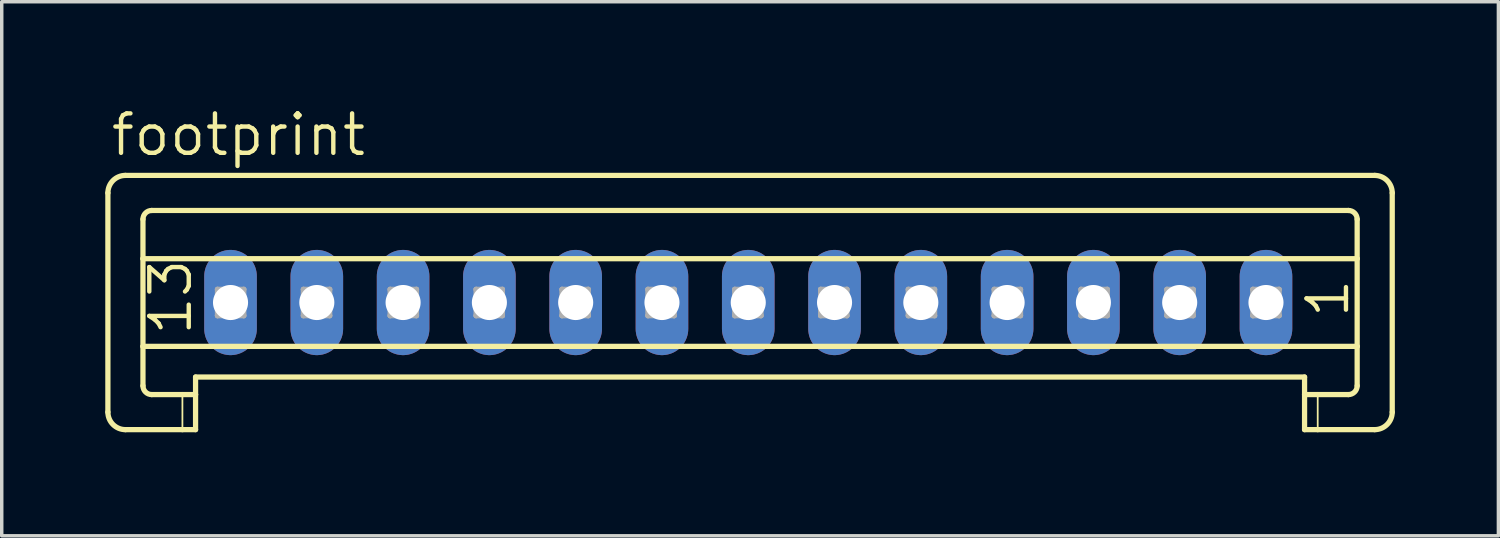
<source format=kicad_pcb>
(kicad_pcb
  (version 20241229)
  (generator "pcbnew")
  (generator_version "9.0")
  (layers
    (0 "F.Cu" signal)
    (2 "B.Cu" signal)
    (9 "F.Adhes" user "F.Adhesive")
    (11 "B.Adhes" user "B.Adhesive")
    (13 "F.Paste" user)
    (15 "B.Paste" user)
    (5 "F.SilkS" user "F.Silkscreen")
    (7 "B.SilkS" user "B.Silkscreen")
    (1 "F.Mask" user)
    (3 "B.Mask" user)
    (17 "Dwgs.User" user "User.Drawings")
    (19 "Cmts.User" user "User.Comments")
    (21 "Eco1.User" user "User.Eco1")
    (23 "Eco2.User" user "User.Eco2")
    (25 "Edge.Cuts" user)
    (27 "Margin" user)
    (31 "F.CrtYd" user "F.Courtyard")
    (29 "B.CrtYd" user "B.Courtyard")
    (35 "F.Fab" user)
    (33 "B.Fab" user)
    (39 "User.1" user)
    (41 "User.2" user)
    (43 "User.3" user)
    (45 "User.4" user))
  (footprint "footprint"
    (layer "F.Cu")
    (at 18.629 5.715)
    (property "Reference" "footprint" (at -18.528 -4.191 0) (layer "F.SilkS") (effects (font (size 1.143 1.143) (thickness 0.127)) (justify left bottom)))
    (fp_line (start -18.553 -3.175) (end -18.553 3.175) (stroke (width 0.152) (type solid)) (layer "F.SilkS"))
    (fp_line (start -18.045 -3.683) (end 18.15 -3.683) (stroke (width 0.152) (type solid)) (layer "F.SilkS"))
    (fp_line (start -17.537 -1.27) (end -17.537 -2.413) (stroke (width 0.152) (type solid)) (layer "F.SilkS"))
    (fp_line (start -17.537 -1.27) (end 17.642 -1.27) (stroke (width 0.152) (type solid)) (layer "F.SilkS"))
    (fp_line (start -17.537 1.27) (end -17.537 -1.27) (stroke (width 0.152) (type solid)) (layer "F.SilkS"))
    (fp_line (start -17.537 1.27) (end 17.642 1.27) (stroke (width 0.152) (type solid)) (layer "F.SilkS"))
    (fp_line (start -17.537 2.413) (end -17.537 1.27) (stroke (width 0.152) (type solid)) (layer "F.SilkS"))
    (fp_line (start -17.283 -2.667) (end 17.388 -2.667) (stroke (width 0.152) (type solid)) (layer "F.SilkS"))
    (fp_line (start -17.283 2.667) (end -16.394 2.667) (stroke (width 0.152) (type solid)) (layer "F.SilkS"))
    (fp_line (start -16.394 2.667) (end -16.394 3.683) (stroke (width 0.051) (type solid)) (layer "F.SilkS"))
    (fp_line (start -16.394 2.667) (end -16.013 2.667) (stroke (width 0.152) (type solid)) (layer "F.SilkS"))
    (fp_line (start -16.394 3.683) (end -18.045 3.683) (stroke (width 0.152) (type solid)) (layer "F.SilkS"))
    (fp_line (start -16.013 2.159) (end 16.118 2.159) (stroke (width 0.152) (type solid)) (layer "F.SilkS"))
    (fp_line (start -16.013 2.667) (end -16.013 2.159) (stroke (width 0.152) (type solid)) (layer "F.SilkS"))
    (fp_line (start -16.013 2.667) (end -16.013 3.683) (stroke (width 0.152) (type solid)) (layer "F.SilkS"))
    (fp_line (start -16.013 3.683) (end -16.394 3.683) (stroke (width 0.152) (type solid)) (layer "F.SilkS"))
    (fp_line (start 16.118 2.667) (end 16.118 2.159) (stroke (width 0.152) (type solid)) (layer "F.SilkS"))
    (fp_line (start 16.118 2.667) (end 16.499 2.667) (stroke (width 0.152) (type solid)) (layer "F.SilkS"))
    (fp_line (start 16.118 3.683) (end 16.118 2.667) (stroke (width 0.152) (type solid)) (layer "F.SilkS"))
    (fp_line (start 16.499 2.667) (end 16.499 3.683) (stroke (width 0.051) (type solid)) (layer "F.SilkS"))
    (fp_line (start 16.499 2.667) (end 17.388 2.667) (stroke (width 0.152) (type solid)) (layer "F.SilkS"))
    (fp_line (start 16.499 3.683) (end 16.118 3.683) (stroke (width 0.152) (type solid)) (layer "F.SilkS"))
    (fp_line (start 17.642 -1.27) (end 17.642 -2.413) (stroke (width 0.152) (type solid)) (layer "F.SilkS"))
    (fp_line (start 17.642 1.27) (end 17.642 -1.27) (stroke (width 0.152) (type solid)) (layer "F.SilkS"))
    (fp_line (start 17.642 2.413) (end 17.642 1.27) (stroke (width 0.152) (type solid)) (layer "F.SilkS"))
    (fp_line (start 18.15 3.683) (end 16.499 3.683) (stroke (width 0.152) (type solid)) (layer "F.SilkS"))
    (fp_line (start 18.658 -3.175) (end 18.658 3.175) (stroke (width 0.152) (type solid)) (layer "F.SilkS"))
    (fp_arc (start -18.553 -3.175) (mid -18.40421 -3.53421) (end -18.045 -3.683) (stroke (width 0.1524) (type solid)) (layer "F.SilkS"))
    (fp_arc (start -18.045 3.683) (mid -18.40421 3.53421) (end -18.553 3.175) (stroke (width 0.1524) (type solid)) (layer "F.SilkS"))
    (fp_arc (start -17.537 -2.413) (mid -17.462605 -2.592605) (end -17.283 -2.667) (stroke (width 0.1524) (type solid)) (layer "F.SilkS"))
    (fp_arc (start -17.283 2.667) (mid -17.462605 2.592605) (end -17.537 2.413) (stroke (width 0.1524) (type solid)) (layer "F.SilkS"))
    (fp_arc (start 17.388 -2.667) (mid 17.567605 -2.592605) (end 17.642 -2.413) (stroke (width 0.1524) (type solid)) (layer "F.SilkS"))
    (fp_arc (start 17.642 2.413) (mid 17.567605 2.592605) (end 17.388 2.667) (stroke (width 0.1524) (type solid)) (layer "F.SilkS"))
    (fp_arc (start 18.15 -3.683) (mid 18.50921 -3.53421) (end 18.658 -3.175) (stroke (width 0.1524) (type solid)) (layer "F.SilkS"))
    (fp_arc (start 18.658 3.175) (mid 18.50921 3.53421) (end 18.15 3.683) (stroke (width 0.1524) (type solid)) (layer "F.SilkS"))
    (fp_line (start -15.378 -0.381) (end -15.378 0.381) (stroke (width 0.152) (type solid)) (layer "F.Fab"))
    (fp_line (start -15.378 -0.381) (end -14.616 0.381) (stroke (width 0.152) (type solid)) (layer "F.Fab"))
    (fp_line (start -15.378 0.381) (end -14.616 0.381) (stroke (width 0.152) (type solid)) (layer "F.Fab"))
    (fp_line (start -14.616 -0.381) (end -15.378 -0.381) (stroke (width 0.152) (type solid)) (layer "F.Fab"))
    (fp_line (start -14.616 -0.381) (end -15.378 0.381) (stroke (width 0.152) (type solid)) (layer "F.Fab"))
    (fp_line (start -14.616 0.381) (end -14.616 -0.381) (stroke (width 0.152) (type solid)) (layer "F.Fab"))
    (fp_line (start -12.889 -0.381) (end -12.889 0.381) (stroke (width 0.152) (type solid)) (layer "F.Fab"))
    (fp_line (start -12.889 -0.381) (end -12.127 0.381) (stroke (width 0.152) (type solid)) (layer "F.Fab"))
    (fp_line (start -12.889 0.381) (end -12.127 0.381) (stroke (width 0.152) (type solid)) (layer "F.Fab"))
    (fp_line (start -12.127 -0.381) (end -12.889 -0.381) (stroke (width 0.152) (type solid)) (layer "F.Fab"))
    (fp_line (start -12.127 -0.381) (end -12.889 0.381) (stroke (width 0.152) (type solid)) (layer "F.Fab"))
    (fp_line (start -12.127 0.381) (end -12.127 -0.381) (stroke (width 0.152) (type solid)) (layer "F.Fab"))
    (fp_line (start -10.375 -0.381) (end -10.375 0.381) (stroke (width 0.152) (type solid)) (layer "F.Fab"))
    (fp_line (start -10.375 -0.381) (end -9.613 0.381) (stroke (width 0.152) (type solid)) (layer "F.Fab"))
    (fp_line (start -10.375 0.381) (end -9.613 0.381) (stroke (width 0.152) (type solid)) (layer "F.Fab"))
    (fp_line (start -9.613 -0.381) (end -10.375 -0.381) (stroke (width 0.152) (type solid)) (layer "F.Fab"))
    (fp_line (start -9.613 -0.381) (end -10.375 0.381) (stroke (width 0.152) (type solid)) (layer "F.Fab"))
    (fp_line (start -9.613 0.381) (end -9.613 -0.381) (stroke (width 0.152) (type solid)) (layer "F.Fab"))
    (fp_line (start -7.885 -0.381) (end -7.885 0.381) (stroke (width 0.152) (type solid)) (layer "F.Fab"))
    (fp_line (start -7.885 -0.381) (end -7.123 0.381) (stroke (width 0.152) (type solid)) (layer "F.Fab"))
    (fp_line (start -7.885 0.381) (end -7.123 0.381) (stroke (width 0.152) (type solid)) (layer "F.Fab"))
    (fp_line (start -7.123 -0.381) (end -7.885 -0.381) (stroke (width 0.152) (type solid)) (layer "F.Fab"))
    (fp_line (start -7.123 -0.381) (end -7.885 0.381) (stroke (width 0.152) (type solid)) (layer "F.Fab"))
    (fp_line (start -7.123 0.381) (end -7.123 -0.381) (stroke (width 0.152) (type solid)) (layer "F.Fab"))
    (fp_line (start -5.396 -0.381) (end -5.396 0.381) (stroke (width 0.152) (type solid)) (layer "F.Fab"))
    (fp_line (start -5.396 -0.381) (end -4.634 0.381) (stroke (width 0.152) (type solid)) (layer "F.Fab"))
    (fp_line (start -5.396 0.381) (end -4.634 0.381) (stroke (width 0.152) (type solid)) (layer "F.Fab"))
    (fp_line (start -4.634 -0.381) (end -5.396 -0.381) (stroke (width 0.152) (type solid)) (layer "F.Fab"))
    (fp_line (start -4.634 -0.381) (end -5.396 0.381) (stroke (width 0.152) (type solid)) (layer "F.Fab"))
    (fp_line (start -4.634 0.381) (end -4.634 -0.381) (stroke (width 0.152) (type solid)) (layer "F.Fab"))
    (fp_line (start -2.907 -0.381) (end -2.907 0.381) (stroke (width 0.152) (type solid)) (layer "F.Fab"))
    (fp_line (start -2.907 -0.381) (end -2.145 0.381) (stroke (width 0.152) (type solid)) (layer "F.Fab"))
    (fp_line (start -2.907 0.381) (end -2.145 0.381) (stroke (width 0.152) (type solid)) (layer "F.Fab"))
    (fp_line (start -2.145 -0.381) (end -2.907 -0.381) (stroke (width 0.152) (type solid)) (layer "F.Fab"))
    (fp_line (start -2.145 -0.381) (end -2.907 0.381) (stroke (width 0.152) (type solid)) (layer "F.Fab"))
    (fp_line (start -2.145 0.381) (end -2.145 -0.381) (stroke (width 0.152) (type solid)) (layer "F.Fab"))
    (fp_line (start -0.392 -0.381) (end -0.392 0.381) (stroke (width 0.152) (type solid)) (layer "F.Fab"))
    (fp_line (start -0.392 -0.381) (end 0.37 0.381) (stroke (width 0.152) (type solid)) (layer "F.Fab"))
    (fp_line (start -0.392 0.381) (end 0.37 0.381) (stroke (width 0.152) (type solid)) (layer "F.Fab"))
    (fp_line (start 0.37 -0.381) (end -0.392 -0.381) (stroke (width 0.152) (type solid)) (layer "F.Fab"))
    (fp_line (start 0.37 -0.381) (end -0.392 0.381) (stroke (width 0.152) (type solid)) (layer "F.Fab"))
    (fp_line (start 0.37 0.381) (end 0.37 -0.381) (stroke (width 0.152) (type solid)) (layer "F.Fab"))
    (fp_line (start 2.097 -0.381) (end 2.097 0.381) (stroke (width 0.152) (type solid)) (layer "F.Fab"))
    (fp_line (start 2.097 -0.381) (end 2.859 0.381) (stroke (width 0.152) (type solid)) (layer "F.Fab"))
    (fp_line (start 2.097 0.381) (end 2.859 0.381) (stroke (width 0.152) (type solid)) (layer "F.Fab"))
    (fp_line (start 2.859 -0.381) (end 2.097 -0.381) (stroke (width 0.152) (type solid)) (layer "F.Fab"))
    (fp_line (start 2.859 -0.381) (end 2.097 0.381) (stroke (width 0.152) (type solid)) (layer "F.Fab"))
    (fp_line (start 2.859 0.381) (end 2.859 -0.381) (stroke (width 0.152) (type solid)) (layer "F.Fab"))
    (fp_line (start 4.637 -0.381) (end 4.637 0.381) (stroke (width 0.152) (type solid)) (layer "F.Fab"))
    (fp_line (start 4.637 -0.381) (end 5.399 0.381) (stroke (width 0.152) (type solid)) (layer "F.Fab"))
    (fp_line (start 4.637 0.381) (end 5.399 0.381) (stroke (width 0.152) (type solid)) (layer "F.Fab"))
    (fp_line (start 5.399 -0.381) (end 4.637 -0.381) (stroke (width 0.152) (type solid)) (layer "F.Fab"))
    (fp_line (start 5.399 -0.381) (end 4.637 0.381) (stroke (width 0.152) (type solid)) (layer "F.Fab"))
    (fp_line (start 5.399 0.381) (end 5.399 -0.381) (stroke (width 0.152) (type solid)) (layer "F.Fab"))
    (fp_line (start 7.126 -0.381) (end 7.126 0.381) (stroke (width 0.152) (type solid)) (layer "F.Fab"))
    (fp_line (start 7.126 -0.381) (end 7.888 0.381) (stroke (width 0.152) (type solid)) (layer "F.Fab"))
    (fp_line (start 7.126 0.381) (end 7.888 0.381) (stroke (width 0.152) (type solid)) (layer "F.Fab"))
    (fp_line (start 7.888 -0.381) (end 7.126 -0.381) (stroke (width 0.152) (type solid)) (layer "F.Fab"))
    (fp_line (start 7.888 -0.381) (end 7.126 0.381) (stroke (width 0.152) (type solid)) (layer "F.Fab"))
    (fp_line (start 7.888 0.381) (end 7.888 -0.381) (stroke (width 0.152) (type solid)) (layer "F.Fab"))
    (fp_line (start 9.641 -0.381) (end 9.641 0.381) (stroke (width 0.152) (type solid)) (layer "F.Fab"))
    (fp_line (start 9.641 -0.381) (end 10.403 0.381) (stroke (width 0.152) (type solid)) (layer "F.Fab"))
    (fp_line (start 9.641 0.381) (end 10.403 0.381) (stroke (width 0.152) (type solid)) (layer "F.Fab"))
    (fp_line (start 10.403 -0.381) (end 9.641 -0.381) (stroke (width 0.152) (type solid)) (layer "F.Fab"))
    (fp_line (start 10.403 -0.381) (end 9.641 0.381) (stroke (width 0.152) (type solid)) (layer "F.Fab"))
    (fp_line (start 10.403 0.381) (end 10.403 -0.381) (stroke (width 0.152) (type solid)) (layer "F.Fab"))
    (fp_line (start 12.13 -0.381) (end 12.13 0.381) (stroke (width 0.152) (type solid)) (layer "F.Fab"))
    (fp_line (start 12.13 -0.381) (end 12.892 0.381) (stroke (width 0.152) (type solid)) (layer "F.Fab"))
    (fp_line (start 12.13 0.381) (end 12.892 0.381) (stroke (width 0.152) (type solid)) (layer "F.Fab"))
    (fp_line (start 12.892 -0.381) (end 12.13 -0.381) (stroke (width 0.152) (type solid)) (layer "F.Fab"))
    (fp_line (start 12.892 -0.381) (end 12.13 0.381) (stroke (width 0.152) (type solid)) (layer "F.Fab"))
    (fp_line (start 12.892 0.381) (end 12.892 -0.381) (stroke (width 0.152) (type solid)) (layer "F.Fab"))
    (fp_line (start 14.619 -0.381) (end 14.619 0.381) (stroke (width 0.152) (type solid)) (layer "F.Fab"))
    (fp_line (start 14.619 -0.381) (end 15.381 0.381) (stroke (width 0.152) (type solid)) (layer "F.Fab"))
    (fp_line (start 14.619 0.381) (end 15.381 0.381) (stroke (width 0.152) (type solid)) (layer "F.Fab"))
    (fp_line (start 15.381 -0.381) (end 14.619 -0.381) (stroke (width 0.152) (type solid)) (layer "F.Fab"))
    (fp_line (start 15.381 -0.381) (end 14.619 0.381) (stroke (width 0.152) (type solid)) (layer "F.Fab"))
    (fp_line (start 15.381 0.381) (end 15.381 -0.381) (stroke (width 0.152) (type solid)) (layer "F.Fab"))
    (fp_text user "1" (at 17.464 0.508 90) (layer "F.SilkS") (effects (font (size 1.143 1.143) (thickness 0.127)) (justify left bottom)))
    (fp_text user "13" (at -16.064 1.016 90) (layer "F.SilkS") (effects (font (size 1.143 1.143) (thickness 0.127)) (justify left bottom)))
    (pad "1" thru_hole oval (at 15 0 90) (size 3.048 1.524) (drill 1.016) (layers "*.Cu" "*.Mask"))
    (pad "2" thru_hole oval (at 12.5 0 90) (size 3.048 1.524) (drill 1.016) (layers "*.Cu" "*.Mask"))
    (pad "3" thru_hole oval (at 10 0 90) (size 3.048 1.524) (drill 1.016) (layers "*.Cu" "*.Mask"))
    (pad "4" thru_hole oval (at 7.5 0 90) (size 3.048 1.524) (drill 1.016) (layers "*.Cu" "*.Mask"))
    (pad "5" thru_hole oval (at 5 0 90) (size 3.048 1.524) (drill 1.016) (layers "*.Cu" "*.Mask"))
    (pad "6" thru_hole oval (at 2.5 0 90) (size 3.048 1.524) (drill 1.016) (layers "*.Cu" "*.Mask"))
    (pad "7" thru_hole oval (at 0 0 90) (size 3.048 1.524) (drill 1.016) (layers "*.Cu" "*.Mask"))
    (pad "8" thru_hole oval (at -2.5 0 90) (size 3.048 1.524) (drill 1.016) (layers "*.Cu" "*.Mask"))
    (pad "9" thru_hole oval (at -5 0 90) (size 3.048 1.524) (drill 1.016) (layers "*.Cu" "*.Mask"))
    (pad "10" thru_hole oval (at -7.5 0 90) (size 3.048 1.524) (drill 1.016) (layers "*.Cu" "*.Mask"))
    (pad "11" thru_hole oval (at -10 0 90) (size 3.048 1.524) (drill 1.016) (layers "*.Cu" "*.Mask"))
    (pad "12" thru_hole oval (at -12.5 0 90) (size 3.048 1.524) (drill 1.016) (layers "*.Cu" "*.Mask"))
    (pad "13" thru_hole oval (at -15 0 90) (size 3.048 1.524) (drill 1.016) (layers "*.Cu" "*.Mask")))
  (gr_rect
    (start -3 -3)
    (end 40.363 12.474)
    (stroke (width 0.1) (type default))
    (fill no)
    (layer "Edge.Cuts")))
</source>
